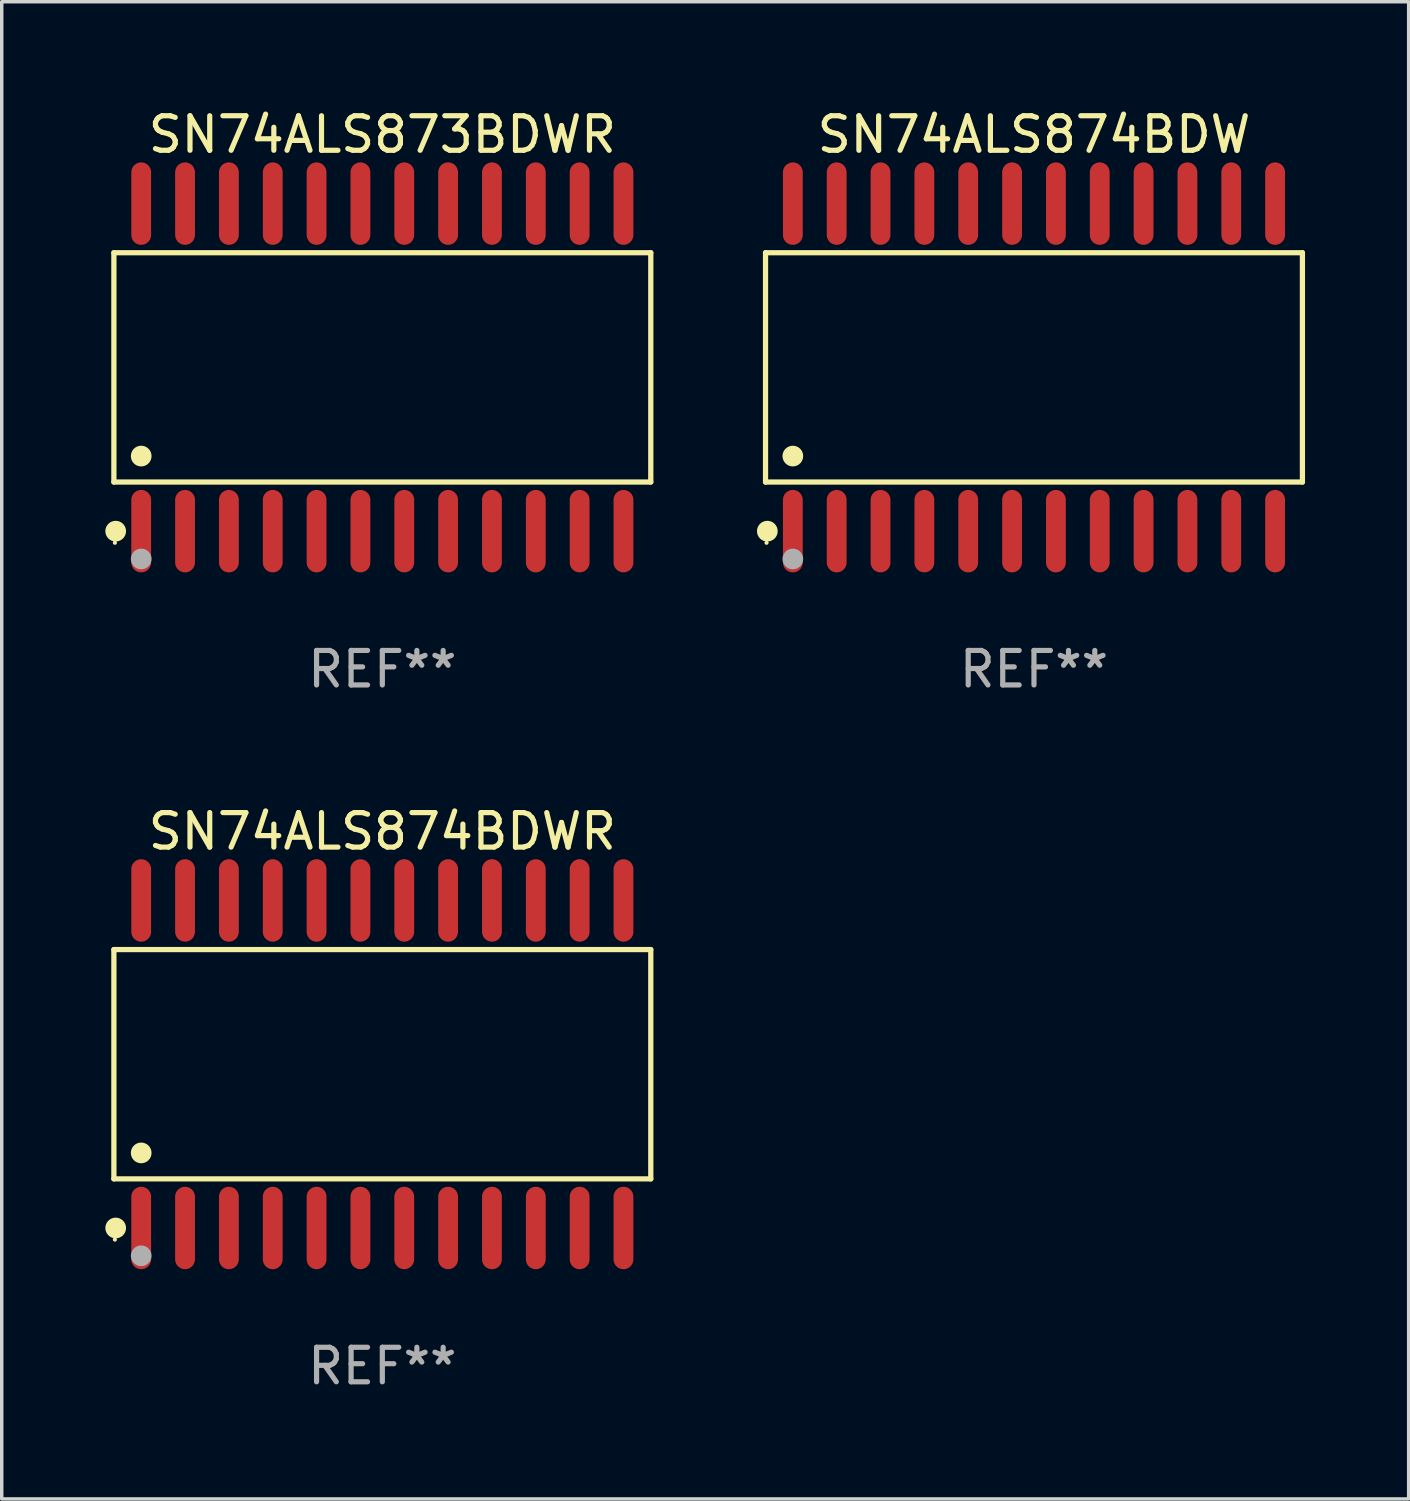
<source format=kicad_pcb>
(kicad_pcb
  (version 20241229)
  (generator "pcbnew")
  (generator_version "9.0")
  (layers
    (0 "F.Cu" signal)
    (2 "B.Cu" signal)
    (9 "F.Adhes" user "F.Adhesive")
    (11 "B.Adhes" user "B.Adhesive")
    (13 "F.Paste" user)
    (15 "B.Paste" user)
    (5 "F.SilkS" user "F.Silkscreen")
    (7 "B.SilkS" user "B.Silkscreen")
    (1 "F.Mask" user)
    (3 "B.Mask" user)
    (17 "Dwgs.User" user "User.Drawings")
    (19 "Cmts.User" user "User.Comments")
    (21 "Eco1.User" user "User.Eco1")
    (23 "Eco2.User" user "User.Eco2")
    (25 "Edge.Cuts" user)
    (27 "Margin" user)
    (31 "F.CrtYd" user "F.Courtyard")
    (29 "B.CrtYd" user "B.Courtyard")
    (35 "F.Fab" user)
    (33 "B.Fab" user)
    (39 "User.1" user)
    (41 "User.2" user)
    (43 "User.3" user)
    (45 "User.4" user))
  (footprint "SN74ALS874BDWR"
    (layer "F.Cu")
    (at 8.025 27.777)
    (property "Reference" "SN74ALS874BDWR" (at 0 -6.744 0) (layer "F.SilkS") (effects (font (size 1 1) (thickness 0.15))))
    (attr through_hole)
    (fp_line (start -7.776 -3.321) (end 7.776 -3.321) (stroke (width 0.152) (type solid)) (layer "F.SilkS"))
    (fp_line (start -7.776 3.321) (end -7.776 -3.321) (stroke (width 0.152) (type solid)) (layer "F.SilkS"))
    (fp_line (start 7.776 -3.321) (end 7.776 3.321) (stroke (width 0.152) (type solid)) (layer "F.SilkS"))
    (fp_line (start 7.776 3.321) (end -7.776 3.321) (stroke (width 0.152) (type solid)) (layer "F.SilkS"))
    (fp_circle (center -7.747 5.08) (end -7.717 5.08) (stroke (width 0.06) (type solid)) (fill no) (layer "F.SilkS"))
    (fp_circle (center -7.724 4.744) (end -7.574 4.744) (stroke (width 0.3) (type solid)) (fill no) (layer "F.SilkS"))
    (fp_circle (center -6.985 2.569) (end -6.835 2.569) (stroke (width 0.3) (type solid)) (fill no) (layer "F.SilkS"))
    (fp_circle (center -6.985 5.55) (end -6.835 5.55) (stroke (width 0.3) (type solid)) (fill no) (layer "F.Fab"))
    (fp_text user "REF**" (at 0 8.744 0) (layer "F.Fab") (effects (font (size 1 1) (thickness 0.15))))
    (pad "1" smd oval (at -6.985 4.744) (size 0.574 2.388) (layers "F.Cu" "F.Mask" "F.Paste"))
    (pad "2" smd oval (at -5.715 4.744) (size 0.574 2.388) (layers "F.Cu" "F.Mask" "F.Paste"))
    (pad "3" smd oval (at -4.445 4.744) (size 0.574 2.388) (layers "F.Cu" "F.Mask" "F.Paste"))
    (pad "4" smd oval (at -3.175 4.744) (size 0.574 2.388) (layers "F.Cu" "F.Mask" "F.Paste"))
    (pad "5" smd oval (at -1.905 4.744) (size 0.574 2.388) (layers "F.Cu" "F.Mask" "F.Paste"))
    (pad "6" smd oval (at -0.635 4.744) (size 0.574 2.388) (layers "F.Cu" "F.Mask" "F.Paste"))
    (pad "7" smd oval (at 0.635 4.744) (size 0.574 2.388) (layers "F.Cu" "F.Mask" "F.Paste"))
    (pad "8" smd oval (at 1.905 4.744) (size 0.574 2.388) (layers "F.Cu" "F.Mask" "F.Paste"))
    (pad "9" smd oval (at 3.175 4.744) (size 0.574 2.388) (layers "F.Cu" "F.Mask" "F.Paste"))
    (pad "10" smd oval (at 4.445 4.744) (size 0.574 2.388) (layers "F.Cu" "F.Mask" "F.Paste"))
    (pad "11" smd oval (at 5.715 4.744) (size 0.574 2.388) (layers "F.Cu" "F.Mask" "F.Paste"))
    (pad "12" smd oval (at 6.985 4.744) (size 0.574 2.388) (layers "F.Cu" "F.Mask" "F.Paste"))
    (pad "13" smd oval (at 6.985 -4.744) (size 0.574 2.388) (layers "F.Cu" "F.Mask" "F.Paste"))
    (pad "14" smd oval (at 5.715 -4.744) (size 0.574 2.388) (layers "F.Cu" "F.Mask" "F.Paste"))
    (pad "15" smd oval (at 4.445 -4.744) (size 0.574 2.388) (layers "F.Cu" "F.Mask" "F.Paste"))
    (pad "16" smd oval (at 3.175 -4.744) (size 0.574 2.388) (layers "F.Cu" "F.Mask" "F.Paste"))
    (pad "17" smd oval (at 1.905 -4.744) (size 0.574 2.388) (layers "F.Cu" "F.Mask" "F.Paste"))
    (pad "18" smd oval (at 0.635 -4.744) (size 0.574 2.388) (layers "F.Cu" "F.Mask" "F.Paste"))
    (pad "19" smd oval (at -0.635 -4.744) (size 0.574 2.388) (layers "F.Cu" "F.Mask" "F.Paste"))
    (pad "20" smd oval (at -1.905 -4.744) (size 0.574 2.388) (layers "F.Cu" "F.Mask" "F.Paste"))
    (pad "21" smd oval (at -3.175 -4.744) (size 0.574 2.388) (layers "F.Cu" "F.Mask" "F.Paste"))
    (pad "22" smd oval (at -4.445 -4.744) (size 0.574 2.388) (layers "F.Cu" "F.Mask" "F.Paste"))
    (pad "23" smd oval (at -5.715 -4.744) (size 0.574 2.388) (layers "F.Cu" "F.Mask" "F.Paste"))
    (pad "24" smd oval (at -6.985 -4.744) (size 0.574 2.388) (layers "F.Cu" "F.Mask" "F.Paste")))
  (footprint "SN74ALS873BDWR"
    (layer "F.Cu")
    (at 8.025 7.592)
    (property "Reference" "SN74ALS873BDWR" (at 0 -6.744 0) (layer "F.SilkS") (effects (font (size 1 1) (thickness 0.15))))
    (attr through_hole)
    (fp_line (start -7.776 -3.321) (end 7.776 -3.321) (stroke (width 0.152) (type solid)) (layer "F.SilkS"))
    (fp_line (start -7.776 3.321) (end -7.776 -3.321) (stroke (width 0.152) (type solid)) (layer "F.SilkS"))
    (fp_line (start 7.776 -3.321) (end 7.776 3.321) (stroke (width 0.152) (type solid)) (layer "F.SilkS"))
    (fp_line (start 7.776 3.321) (end -7.776 3.321) (stroke (width 0.152) (type solid)) (layer "F.SilkS"))
    (fp_circle (center -7.747 5.08) (end -7.717 5.08) (stroke (width 0.06) (type solid)) (fill no) (layer "F.SilkS"))
    (fp_circle (center -7.724 4.744) (end -7.574 4.744) (stroke (width 0.3) (type solid)) (fill no) (layer "F.SilkS"))
    (fp_circle (center -6.985 2.569) (end -6.835 2.569) (stroke (width 0.3) (type solid)) (fill no) (layer "F.SilkS"))
    (fp_circle (center -6.985 5.55) (end -6.835 5.55) (stroke (width 0.3) (type solid)) (fill no) (layer "F.Fab"))
    (fp_text user "REF**" (at 0 8.744 0) (layer "F.Fab") (effects (font (size 1 1) (thickness 0.15))))
    (pad "1" smd oval (at -6.985 4.744) (size 0.574 2.388) (layers "F.Cu" "F.Mask" "F.Paste"))
    (pad "2" smd oval (at -5.715 4.744) (size 0.574 2.388) (layers "F.Cu" "F.Mask" "F.Paste"))
    (pad "3" smd oval (at -4.445 4.744) (size 0.574 2.388) (layers "F.Cu" "F.Mask" "F.Paste"))
    (pad "4" smd oval (at -3.175 4.744) (size 0.574 2.388) (layers "F.Cu" "F.Mask" "F.Paste"))
    (pad "5" smd oval (at -1.905 4.744) (size 0.574 2.388) (layers "F.Cu" "F.Mask" "F.Paste"))
    (pad "6" smd oval (at -0.635 4.744) (size 0.574 2.388) (layers "F.Cu" "F.Mask" "F.Paste"))
    (pad "7" smd oval (at 0.635 4.744) (size 0.574 2.388) (layers "F.Cu" "F.Mask" "F.Paste"))
    (pad "8" smd oval (at 1.905 4.744) (size 0.574 2.388) (layers "F.Cu" "F.Mask" "F.Paste"))
    (pad "9" smd oval (at 3.175 4.744) (size 0.574 2.388) (layers "F.Cu" "F.Mask" "F.Paste"))
    (pad "10" smd oval (at 4.445 4.744) (size 0.574 2.388) (layers "F.Cu" "F.Mask" "F.Paste"))
    (pad "11" smd oval (at 5.715 4.744) (size 0.574 2.388) (layers "F.Cu" "F.Mask" "F.Paste"))
    (pad "12" smd oval (at 6.985 4.744) (size 0.574 2.388) (layers "F.Cu" "F.Mask" "F.Paste"))
    (pad "13" smd oval (at 6.985 -4.744) (size 0.574 2.388) (layers "F.Cu" "F.Mask" "F.Paste"))
    (pad "14" smd oval (at 5.715 -4.744) (size 0.574 2.388) (layers "F.Cu" "F.Mask" "F.Paste"))
    (pad "15" smd oval (at 4.445 -4.744) (size 0.574 2.388) (layers "F.Cu" "F.Mask" "F.Paste"))
    (pad "16" smd oval (at 3.175 -4.744) (size 0.574 2.388) (layers "F.Cu" "F.Mask" "F.Paste"))
    (pad "17" smd oval (at 1.905 -4.744) (size 0.574 2.388) (layers "F.Cu" "F.Mask" "F.Paste"))
    (pad "18" smd oval (at 0.635 -4.744) (size 0.574 2.388) (layers "F.Cu" "F.Mask" "F.Paste"))
    (pad "19" smd oval (at -0.635 -4.744) (size 0.574 2.388) (layers "F.Cu" "F.Mask" "F.Paste"))
    (pad "20" smd oval (at -1.905 -4.744) (size 0.574 2.388) (layers "F.Cu" "F.Mask" "F.Paste"))
    (pad "21" smd oval (at -3.175 -4.744) (size 0.574 2.388) (layers "F.Cu" "F.Mask" "F.Paste"))
    (pad "22" smd oval (at -4.445 -4.744) (size 0.574 2.388) (layers "F.Cu" "F.Mask" "F.Paste"))
    (pad "23" smd oval (at -5.715 -4.744) (size 0.574 2.388) (layers "F.Cu" "F.Mask" "F.Paste"))
    (pad "24" smd oval (at -6.985 -4.744) (size 0.574 2.388) (layers "F.Cu" "F.Mask" "F.Paste")))
  (footprint "SN74ALS874BDW"
    (layer "F.Cu")
    (at 26.901 7.592)
    (property "Reference" "SN74ALS874BDW" (at 0 -6.744 0) (layer "F.SilkS") (effects (font (size 1 1) (thickness 0.15))))
    (attr through_hole)
    (fp_line (start -7.776 -3.321) (end 7.776 -3.321) (stroke (width 0.152) (type solid)) (layer "F.SilkS"))
    (fp_line (start -7.776 3.321) (end -7.776 -3.321) (stroke (width 0.152) (type solid)) (layer "F.SilkS"))
    (fp_line (start 7.776 -3.321) (end 7.776 3.321) (stroke (width 0.152) (type solid)) (layer "F.SilkS"))
    (fp_line (start 7.776 3.321) (end -7.776 3.321) (stroke (width 0.152) (type solid)) (layer "F.SilkS"))
    (fp_circle (center -7.747 5.08) (end -7.717 5.08) (stroke (width 0.06) (type solid)) (fill no) (layer "F.SilkS"))
    (fp_circle (center -7.724 4.744) (end -7.574 4.744) (stroke (width 0.3) (type solid)) (fill no) (layer "F.SilkS"))
    (fp_circle (center -6.985 2.569) (end -6.835 2.569) (stroke (width 0.3) (type solid)) (fill no) (layer "F.SilkS"))
    (fp_circle (center -6.985 5.55) (end -6.835 5.55) (stroke (width 0.3) (type solid)) (fill no) (layer "F.Fab"))
    (fp_text user "REF**" (at 0 8.744 0) (layer "F.Fab") (effects (font (size 1 1) (thickness 0.15))))
    (pad "1" smd oval (at -6.985 4.744) (size 0.574 2.388) (layers "F.Cu" "F.Mask" "F.Paste"))
    (pad "2" smd oval (at -5.715 4.744) (size 0.574 2.388) (layers "F.Cu" "F.Mask" "F.Paste"))
    (pad "3" smd oval (at -4.445 4.744) (size 0.574 2.388) (layers "F.Cu" "F.Mask" "F.Paste"))
    (pad "4" smd oval (at -3.175 4.744) (size 0.574 2.388) (layers "F.Cu" "F.Mask" "F.Paste"))
    (pad "5" smd oval (at -1.905 4.744) (size 0.574 2.388) (layers "F.Cu" "F.Mask" "F.Paste"))
    (pad "6" smd oval (at -0.635 4.744) (size 0.574 2.388) (layers "F.Cu" "F.Mask" "F.Paste"))
    (pad "7" smd oval (at 0.635 4.744) (size 0.574 2.388) (layers "F.Cu" "F.Mask" "F.Paste"))
    (pad "8" smd oval (at 1.905 4.744) (size 0.574 2.388) (layers "F.Cu" "F.Mask" "F.Paste"))
    (pad "9" smd oval (at 3.175 4.744) (size 0.574 2.388) (layers "F.Cu" "F.Mask" "F.Paste"))
    (pad "10" smd oval (at 4.445 4.744) (size 0.574 2.388) (layers "F.Cu" "F.Mask" "F.Paste"))
    (pad "11" smd oval (at 5.715 4.744) (size 0.574 2.388) (layers "F.Cu" "F.Mask" "F.Paste"))
    (pad "12" smd oval (at 6.985 4.744) (size 0.574 2.388) (layers "F.Cu" "F.Mask" "F.Paste"))
    (pad "13" smd oval (at 6.985 -4.744) (size 0.574 2.388) (layers "F.Cu" "F.Mask" "F.Paste"))
    (pad "14" smd oval (at 5.715 -4.744) (size 0.574 2.388) (layers "F.Cu" "F.Mask" "F.Paste"))
    (pad "15" smd oval (at 4.445 -4.744) (size 0.574 2.388) (layers "F.Cu" "F.Mask" "F.Paste"))
    (pad "16" smd oval (at 3.175 -4.744) (size 0.574 2.388) (layers "F.Cu" "F.Mask" "F.Paste"))
    (pad "17" smd oval (at 1.905 -4.744) (size 0.574 2.388) (layers "F.Cu" "F.Mask" "F.Paste"))
    (pad "18" smd oval (at 0.635 -4.744) (size 0.574 2.388) (layers "F.Cu" "F.Mask" "F.Paste"))
    (pad "19" smd oval (at -0.635 -4.744) (size 0.574 2.388) (layers "F.Cu" "F.Mask" "F.Paste"))
    (pad "20" smd oval (at -1.905 -4.744) (size 0.574 2.388) (layers "F.Cu" "F.Mask" "F.Paste"))
    (pad "21" smd oval (at -3.175 -4.744) (size 0.574 2.388) (layers "F.Cu" "F.Mask" "F.Paste"))
    (pad "22" smd oval (at -4.445 -4.744) (size 0.574 2.388) (layers "F.Cu" "F.Mask" "F.Paste"))
    (pad "23" smd oval (at -5.715 -4.744) (size 0.574 2.388) (layers "F.Cu" "F.Mask" "F.Paste"))
    (pad "24" smd oval (at -6.985 -4.744) (size 0.574 2.388) (layers "F.Cu" "F.Mask" "F.Paste")))
  (gr_rect
    (start -3 -3)
    (end 37.754 40.369)
    (stroke (width 0.1) (type default))
    (fill no)
    (layer "Edge.Cuts")))
</source>
